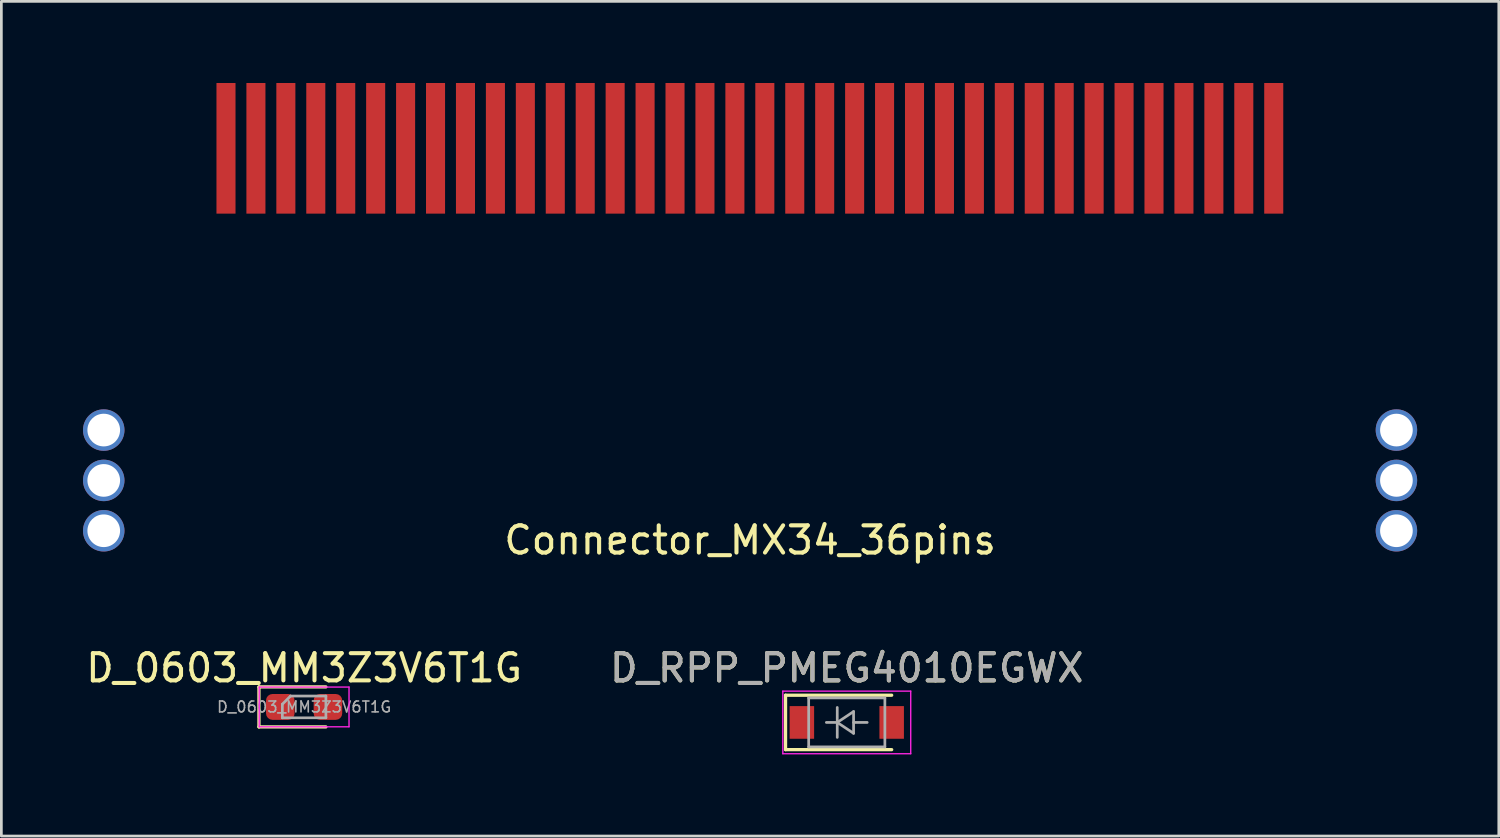
<source format=kicad_pcb>
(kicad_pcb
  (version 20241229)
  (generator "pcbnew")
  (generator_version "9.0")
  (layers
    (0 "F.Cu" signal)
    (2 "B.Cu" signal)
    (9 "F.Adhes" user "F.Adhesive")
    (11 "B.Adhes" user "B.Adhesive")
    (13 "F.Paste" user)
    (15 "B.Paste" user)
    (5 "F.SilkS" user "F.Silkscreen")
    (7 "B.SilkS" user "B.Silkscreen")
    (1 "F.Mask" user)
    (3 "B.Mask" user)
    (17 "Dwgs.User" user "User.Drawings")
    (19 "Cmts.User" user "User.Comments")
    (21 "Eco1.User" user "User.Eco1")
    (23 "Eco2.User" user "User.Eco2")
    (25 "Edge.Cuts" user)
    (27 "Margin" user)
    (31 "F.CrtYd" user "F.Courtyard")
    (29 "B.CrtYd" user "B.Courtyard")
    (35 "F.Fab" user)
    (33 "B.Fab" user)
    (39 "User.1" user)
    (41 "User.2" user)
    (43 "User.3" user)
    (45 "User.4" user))
  (footprint "D_RPP_PMEG4010EGWX"
    (layer "F.Cu")
    (at 28.065 23.496)
    (property "Reference" "D_RPP_PMEG4010EGWX" (at 0 -2 0) (layer "F.SilkS") (effects (font (size 1 1) (thickness 0.15))))
    (attr smd)
    (fp_line (start -2.25 -1) (end -2.25 1) (stroke (width 0.12) (type solid)) (layer "F.SilkS"))
    (fp_line (start -2.25 -1) (end 1.65 -1) (stroke (width 0.12) (type solid)) (layer "F.SilkS"))
    (fp_line (start -2.25 1) (end 1.65 1) (stroke (width 0.12) (type solid)) (layer "F.SilkS"))
    (fp_line (start -2.35 -1.15) (end -2.35 1.15) (stroke (width 0.05) (type solid)) (layer "F.CrtYd"))
    (fp_line (start -2.35 -1.15) (end 2.35 -1.15) (stroke (width 0.05) (type solid)) (layer "F.CrtYd"))
    (fp_line (start 2.35 -1.15) (end 2.35 1.15) (stroke (width 0.05) (type solid)) (layer "F.CrtYd"))
    (fp_line (start 2.35 1.15) (end -2.35 1.15) (stroke (width 0.05) (type solid)) (layer "F.CrtYd"))
    (fp_line (start -1.4 -0.9) (end 1.4 -0.9) (stroke (width 0.1) (type solid)) (layer "F.Fab"))
    (fp_line (start -1.4 0.9) (end -1.4 -0.9) (stroke (width 0.1) (type solid)) (layer "F.Fab"))
    (fp_line (start -0.75 0) (end -0.35 0) (stroke (width 0.1) (type solid)) (layer "F.Fab"))
    (fp_line (start -0.35 0) (end -0.35 -0.55) (stroke (width 0.1) (type solid)) (layer "F.Fab"))
    (fp_line (start -0.35 0) (end -0.35 0.55) (stroke (width 0.1) (type solid)) (layer "F.Fab"))
    (fp_line (start -0.35 0) (end 0.25 -0.4) (stroke (width 0.1) (type solid)) (layer "F.Fab"))
    (fp_line (start 0.25 -0.4) (end 0.25 0.4) (stroke (width 0.1) (type solid)) (layer "F.Fab"))
    (fp_line (start 0.25 0) (end 0.75 0) (stroke (width 0.1) (type solid)) (layer "F.Fab"))
    (fp_line (start 0.25 0.4) (end -0.35 0) (stroke (width 0.1) (type solid)) (layer "F.Fab"))
    (fp_line (start 1.4 -0.9) (end 1.4 0.9) (stroke (width 0.1) (type solid)) (layer "F.Fab"))
    (fp_line (start 1.4 0.9) (end -1.4 0.9) (stroke (width 0.1) (type solid)) (layer "F.Fab"))
    (fp_text user "${REFERENCE}" (at 0 -2 0) (layer "F.Fab") (effects (font (size 1 1) (thickness 0.15))))
    (pad "1" smd rect (at -1.65 0) (size 0.9 1.2) (layers "F.Cu" "F.Mask" "F.Paste"))
    (pad "2" smd rect (at 1.65 0) (size 0.9 1.2) (layers "F.Cu" "F.Mask" "F.Paste")))
  (footprint "D_0603_MM3Z3V6T1G"
    (layer "F.Cu")
    (at 8.125 22.926)
    (property "Reference" "D_0603_MM3Z3V6T1G" (at 0 -1.43 0) (layer "F.SilkS") (effects (font (size 1 1) (thickness 0.15))))
    (attr smd)
    (fp_line (start -1.66 -0.735) (end -1.66 0.735) (stroke (width 0.12) (type solid)) (layer "F.SilkS"))
    (fp_line (start -1.66 0.735) (end 0.8 0.735) (stroke (width 0.12) (type solid)) (layer "F.SilkS"))
    (fp_line (start 0.8 -0.735) (end -1.66 -0.735) (stroke (width 0.12) (type solid)) (layer "F.SilkS"))
    (fp_line (start -1.65 -0.73) (end 1.65 -0.73) (stroke (width 0.05) (type solid)) (layer "F.CrtYd"))
    (fp_line (start -1.65 0.73) (end -1.65 -0.73) (stroke (width 0.05) (type solid)) (layer "F.CrtYd"))
    (fp_line (start 1.65 -0.73) (end 1.65 0.73) (stroke (width 0.05) (type solid)) (layer "F.CrtYd"))
    (fp_line (start 1.65 0.73) (end -1.65 0.73) (stroke (width 0.05) (type solid)) (layer "F.CrtYd"))
    (fp_line (start -0.8 -0.1) (end -0.8 0.4) (stroke (width 0.1) (type solid)) (layer "F.Fab"))
    (fp_line (start -0.8 0.4) (end 0.8 0.4) (stroke (width 0.1) (type solid)) (layer "F.Fab"))
    (fp_line (start -0.5 -0.4) (end -0.8 -0.1) (stroke (width 0.1) (type solid)) (layer "F.Fab"))
    (fp_line (start 0.8 -0.4) (end -0.5 -0.4) (stroke (width 0.1) (type solid)) (layer "F.Fab"))
    (fp_line (start 0.8 0.4) (end 0.8 -0.4) (stroke (width 0.1) (type solid)) (layer "F.Fab"))
    (fp_text user "${REFERENCE}" (at 0 0 0) (layer "F.Fab") (effects (font (size 0.4 0.4) (thickness 0.06))))
    (pad "1" smd roundrect (at -0.875 0) (size 1.05 0.95) (layers "F.Cu" "F.Mask" "F.Paste") (roundrect_rratio 0.25))
    (pad "2" smd roundrect (at 0.875 0) (size 1.05 0.95) (layers "F.Cu" "F.Mask" "F.Paste") (roundrect_rratio 0.25)))
  (footprint "Connector_MX34_36pins"
    (layer "F.Cu")
    (at 24.512 12.989)
    (property "Reference" "Connector_MX34_36pins" (at 0 3.81 0) (layer "F.SilkS") (effects (font (size 1 1) (thickness 0.15))))
    (attr through_hole)
    (pad "1" smd rect (at -19.258 -10.589) (size 0.7 4.8) (layers "F.Cu" "F.Mask" "F.Paste"))
    (pad "2" smd rect (at -18.158 -10.589) (size 0.7 4.8) (layers "F.Cu" "F.Mask" "F.Paste"))
    (pad "3" smd rect (at -17.058 -10.589) (size 0.7 4.8) (layers "F.Cu" "F.Mask" "F.Paste"))
    (pad "4" smd rect (at -15.958 -10.589) (size 0.7 4.8) (layers "F.Cu" "F.Mask" "F.Paste"))
    (pad "5" smd rect (at -14.858 -10.589) (size 0.7 4.8) (layers "F.Cu" "F.Mask" "F.Paste"))
    (pad "6" smd rect (at -13.758 -10.589) (size 0.7 4.8) (layers "F.Cu" "F.Mask" "F.Paste"))
    (pad "7" smd rect (at -12.658 -10.589) (size 0.7 4.8) (layers "F.Cu" "F.Mask" "F.Paste"))
    (pad "8" smd rect (at -11.558 -10.589) (size 0.7 4.8) (layers "F.Cu" "F.Mask" "F.Paste"))
    (pad "9" smd rect (at -10.458 -10.589) (size 0.7 4.8) (layers "F.Cu" "F.Mask" "F.Paste"))
    (pad "10" smd rect (at -9.358 -10.589) (size 0.7 4.8) (layers "F.Cu" "F.Mask" "F.Paste"))
    (pad "11" smd rect (at -8.258 -10.589) (size 0.7 4.8) (layers "F.Cu" "F.Mask" "F.Paste"))
    (pad "12" smd rect (at -7.158 -10.589) (size 0.7 4.8) (layers "F.Cu" "F.Mask" "F.Paste"))
    (pad "13" smd rect (at -6.058 -10.589) (size 0.7 4.8) (layers "F.Cu" "F.Mask" "F.Paste"))
    (pad "14" smd rect (at -4.958 -10.589) (size 0.7 4.8) (layers "F.Cu" "F.Mask" "F.Paste"))
    (pad "15" smd rect (at -3.858 -10.589) (size 0.7 4.8) (layers "F.Cu" "F.Mask" "F.Paste"))
    (pad "16" smd rect (at -2.758 -10.589) (size 0.7 4.8) (layers "F.Cu" "F.Mask" "F.Paste"))
    (pad "17" smd rect (at -1.658 -10.589) (size 0.7 4.8) (layers "F.Cu" "F.Mask" "F.Paste"))
    (pad "18" smd rect (at -0.558 -10.589) (size 0.7 4.8) (layers "F.Cu" "F.Mask" "F.Paste"))
    (pad "19" smd rect (at 0.542 -10.589) (size 0.7 4.8) (layers "F.Cu" "F.Mask" "F.Paste"))
    (pad "20" smd rect (at 1.642 -10.589) (size 0.7 4.8) (layers "F.Cu" "F.Mask" "F.Paste"))
    (pad "21" smd rect (at 2.742 -10.589) (size 0.7 4.8) (layers "F.Cu" "F.Mask" "F.Paste"))
    (pad "22" smd rect (at 3.842 -10.589) (size 0.7 4.8) (layers "F.Cu" "F.Mask" "F.Paste"))
    (pad "23" smd rect (at 4.942 -10.589) (size 0.7 4.8) (layers "F.Cu" "F.Mask" "F.Paste"))
    (pad "24" smd rect (at 6.042 -10.589) (size 0.7 4.8) (layers "F.Cu" "F.Mask" "F.Paste"))
    (pad "25" smd rect (at 7.142 -10.589) (size 0.7 4.8) (layers "F.Cu" "F.Mask" "F.Paste"))
    (pad "26" smd rect (at 8.242 -10.589) (size 0.7 4.8) (layers "F.Cu" "F.Mask" "F.Paste"))
    (pad "27" smd rect (at 9.342 -10.589) (size 0.7 4.8) (layers "F.Cu" "F.Mask" "F.Paste"))
    (pad "28" smd rect (at 10.442 -10.589) (size 0.7 4.8) (layers "F.Cu" "F.Mask" "F.Paste"))
    (pad "29" smd rect (at 11.542 -10.589) (size 0.7 4.8) (layers "F.Cu" "F.Mask" "F.Paste"))
    (pad "30" smd rect (at 12.642 -10.589) (size 0.7 4.8) (layers "F.Cu" "F.Mask" "F.Paste"))
    (pad "31" smd rect (at 13.742 -10.589) (size 0.7 4.8) (layers "F.Cu" "F.Mask" "F.Paste"))
    (pad "32" smd rect (at 14.842 -10.589) (size 0.7 4.8) (layers "F.Cu" "F.Mask" "F.Paste"))
    (pad "33" smd rect (at 15.942 -10.589) (size 0.7 4.8) (layers "F.Cu" "F.Mask" "F.Paste"))
    (pad "34" smd rect (at 17.042 -10.589) (size 0.7 4.8) (layers "F.Cu" "F.Mask" "F.Paste"))
    (pad "35" smd rect (at 18.142 -10.589) (size 0.7 4.8) (layers "F.Cu" "F.Mask" "F.Paste"))
    (pad "36" smd rect (at 19.242 -10.589) (size 0.7 4.8) (layers "F.Cu" "F.Mask" "F.Paste"))
    (pad "60" thru_hole circle (at -23.75 -0.236) (size 1.524 1.524) (drill 1.2) (layers "*.Cu" "*.Mask"))
    (pad "70" thru_hole circle (at -23.75 1.614) (size 1.524 1.524) (drill 1.2) (layers "*.Cu" "*.Mask"))
    (pad "80" thru_hole circle (at -23.75 3.464) (size 1.524 1.524) (drill 1.2) (layers "*.Cu" "*.Mask"))
    (pad "90" thru_hole circle (at 23.75 -0.236) (size 1.524 1.524) (drill 1.2) (layers "*.Cu" "*.Mask"))
    (pad "100" thru_hole circle (at 23.75 1.614) (size 1.524 1.524) (drill 1.2) (layers "*.Cu" "*.Mask"))
    (pad "110" thru_hole circle (at 23.75 3.464) (size 1.524 1.524) (drill 1.2) (layers "*.Cu" "*.Mask")))
  (gr_rect
    (start -3 -3)
    (end 52.024 27.671)
    (stroke (width 0.1) (type default))
    (fill no)
    (layer "Edge.Cuts")))
</source>
